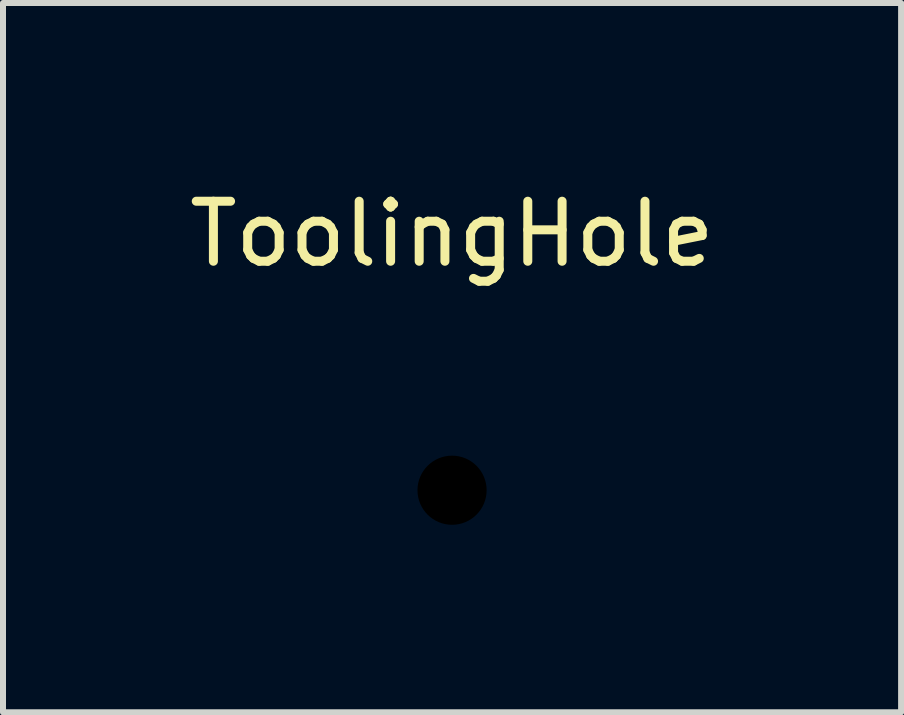
<source format=kicad_pcb>
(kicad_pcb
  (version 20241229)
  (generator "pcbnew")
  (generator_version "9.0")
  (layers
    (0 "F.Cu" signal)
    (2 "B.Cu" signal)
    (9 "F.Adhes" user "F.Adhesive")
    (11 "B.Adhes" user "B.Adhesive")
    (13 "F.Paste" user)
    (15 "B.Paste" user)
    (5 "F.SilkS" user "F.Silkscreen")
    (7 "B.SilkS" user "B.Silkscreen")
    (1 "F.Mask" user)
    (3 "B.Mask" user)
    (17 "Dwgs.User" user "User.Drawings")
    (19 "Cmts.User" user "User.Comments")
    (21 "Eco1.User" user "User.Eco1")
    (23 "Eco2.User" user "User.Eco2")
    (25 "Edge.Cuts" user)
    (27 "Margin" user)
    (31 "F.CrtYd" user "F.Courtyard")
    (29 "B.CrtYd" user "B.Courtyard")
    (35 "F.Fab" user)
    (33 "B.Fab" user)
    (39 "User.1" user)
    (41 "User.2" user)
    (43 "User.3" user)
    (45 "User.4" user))
  (footprint "ToolingHole"
    (layer "F.Cu")
    (at 4.482 5.118)
    (property "Reference" "ToolingHole" (at 0 -4.27 0) (unlocked yes) (layer "F.SilkS") (effects (font (size 1 1) (thickness 0.15))))
    (attr board_only exclude_from_pos_files exclude_from_bom allow_missing_courtyard dnp)
    (pad "" np_thru_hole circle (at 0 0) (size 1.4 1.4) (drill 1.152) (layers "*.Mask")))
  (gr_rect
    (start -3 -3)
    (end 11.964 8.818)
    (stroke (width 0.1) (type default))
    (fill no)
    (layer "Edge.Cuts")))
</source>
